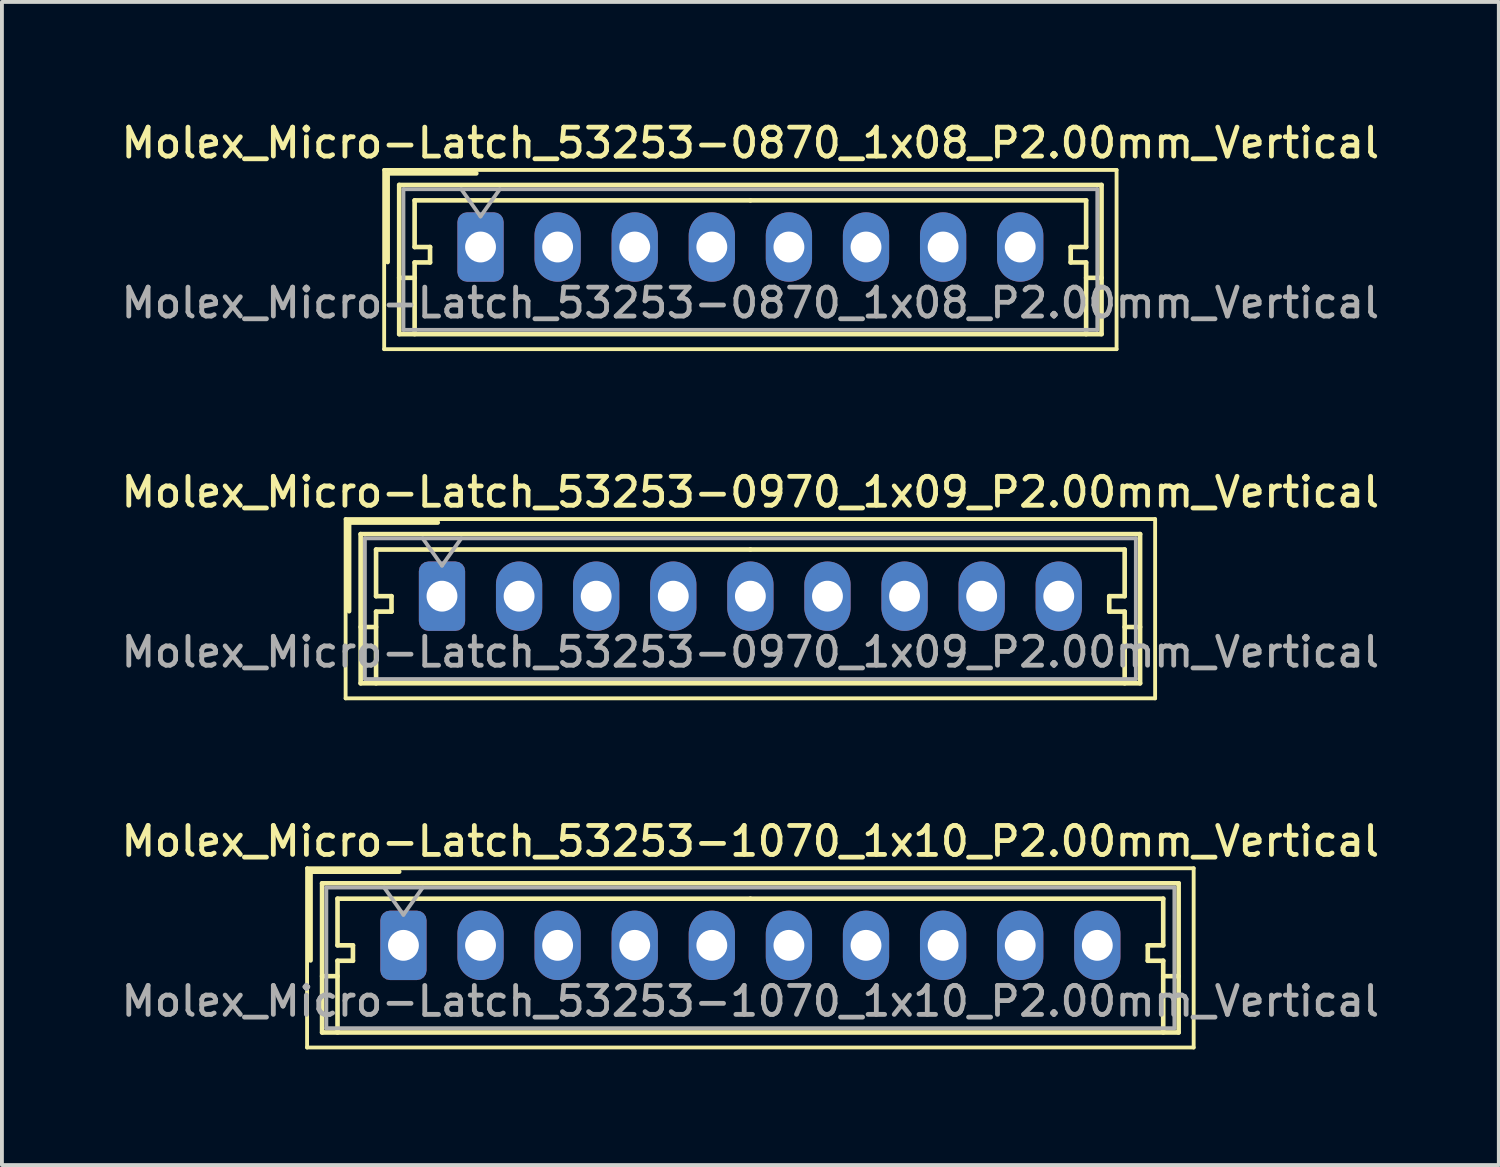
<source format=kicad_pcb>
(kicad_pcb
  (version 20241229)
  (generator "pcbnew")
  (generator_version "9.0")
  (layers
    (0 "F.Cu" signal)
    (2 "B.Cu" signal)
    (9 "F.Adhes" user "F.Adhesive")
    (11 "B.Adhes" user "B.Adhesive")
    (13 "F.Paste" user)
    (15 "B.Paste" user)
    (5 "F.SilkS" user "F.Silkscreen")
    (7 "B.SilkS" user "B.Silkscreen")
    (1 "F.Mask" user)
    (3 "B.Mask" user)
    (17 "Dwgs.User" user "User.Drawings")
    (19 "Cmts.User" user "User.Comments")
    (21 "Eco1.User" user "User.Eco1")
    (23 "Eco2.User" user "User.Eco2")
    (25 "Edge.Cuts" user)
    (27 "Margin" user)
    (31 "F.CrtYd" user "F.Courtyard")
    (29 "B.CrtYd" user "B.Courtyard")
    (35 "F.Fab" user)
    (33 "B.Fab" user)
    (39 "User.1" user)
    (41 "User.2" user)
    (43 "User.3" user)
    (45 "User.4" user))
  (footprint "Molex_Micro-Latch_53253-0870_1x08_P2.00mm_Vertical"
    (layer "F.Cu")
    (at 9.416 3.358)
    (property "Reference" "Molex_Micro-Latch_53253-0870_1x08_P2.00mm_Vertical" (at 7 -2.7 0) (layer "F.SilkS") (effects (font (size 0.75 0.75) (thickness 0.125))))
    (attr through_hole)
    (fp_line (start -2.5 -2) (end -2.5 2.65) (stroke (width 0.1) (type solid)) (layer "F.SilkS"))
    (fp_line (start -2.5 2.65) (end 16.5 2.65) (stroke (width 0.1) (type solid)) (layer "F.SilkS"))
    (fp_line (start -2.41 -1.91) (end -2.41 0.39) (stroke (width 0.12) (type solid)) (layer "F.SilkS"))
    (fp_line (start -2.11 -1.61) (end -2.11 2.26) (stroke (width 0.12) (type solid)) (layer "F.SilkS"))
    (fp_line (start -2.11 0.8) (end -1.71 0.8) (stroke (width 0.12) (type solid)) (layer "F.SilkS"))
    (fp_line (start -2.11 2.26) (end 16.11 2.26) (stroke (width 0.12) (type solid)) (layer "F.SilkS"))
    (fp_line (start -1.71 -1.21) (end -1.71 0) (stroke (width 0.12) (type solid)) (layer "F.SilkS"))
    (fp_line (start -1.71 0) (end -1.31 0) (stroke (width 0.12) (type solid)) (layer "F.SilkS"))
    (fp_line (start -1.71 0.4) (end -1.71 2.26) (stroke (width 0.12) (type solid)) (layer "F.SilkS"))
    (fp_line (start -1.31 0) (end -1.31 0.4) (stroke (width 0.12) (type solid)) (layer "F.SilkS"))
    (fp_line (start -1.31 0.4) (end -1.71 0.4) (stroke (width 0.12) (type solid)) (layer "F.SilkS"))
    (fp_line (start -0.11 -1.91) (end -2.41 -1.91) (stroke (width 0.12) (type solid)) (layer "F.SilkS"))
    (fp_line (start 7 -1.21) (end -1.71 -1.21) (stroke (width 0.12) (type solid)) (layer "F.SilkS"))
    (fp_line (start 7 -1.21) (end 15.71 -1.21) (stroke (width 0.12) (type solid)) (layer "F.SilkS"))
    (fp_line (start 15.31 0) (end 15.31 0.4) (stroke (width 0.12) (type solid)) (layer "F.SilkS"))
    (fp_line (start 15.31 0.4) (end 15.71 0.4) (stroke (width 0.12) (type solid)) (layer "F.SilkS"))
    (fp_line (start 15.71 -1.21) (end 15.71 0) (stroke (width 0.12) (type solid)) (layer "F.SilkS"))
    (fp_line (start 15.71 0) (end 15.31 0) (stroke (width 0.12) (type solid)) (layer "F.SilkS"))
    (fp_line (start 15.71 0.4) (end 15.71 2.26) (stroke (width 0.12) (type solid)) (layer "F.SilkS"))
    (fp_line (start 16.11 -1.61) (end -2.11 -1.61) (stroke (width 0.12) (type solid)) (layer "F.SilkS"))
    (fp_line (start 16.11 0.8) (end 15.71 0.8) (stroke (width 0.12) (type solid)) (layer "F.SilkS"))
    (fp_line (start 16.11 2.26) (end 16.11 -1.61) (stroke (width 0.12) (type solid)) (layer "F.SilkS"))
    (fp_line (start 16.5 -2) (end -2.5 -2) (stroke (width 0.1) (type solid)) (layer "F.SilkS"))
    (fp_line (start 16.5 2.65) (end 16.5 -2) (stroke (width 0.1) (type solid)) (layer "F.SilkS"))
    (fp_line (start -2 -1.5) (end -2 2.15) (stroke (width 0.1) (type solid)) (layer "F.Fab"))
    (fp_line (start -2 2.15) (end 16 2.15) (stroke (width 0.1) (type solid)) (layer "F.Fab"))
    (fp_line (start -0.5 -1.5) (end 0 -0.793) (stroke (width 0.1) (type solid)) (layer "F.Fab"))
    (fp_line (start 0 -0.793) (end 0.5 -1.5) (stroke (width 0.1) (type solid)) (layer "F.Fab"))
    (fp_line (start 16 -1.5) (end -2 -1.5) (stroke (width 0.1) (type solid)) (layer "F.Fab"))
    (fp_line (start 16 2.15) (end 16 -1.5) (stroke (width 0.1) (type solid)) (layer "F.Fab"))
    (fp_text user "${REFERENCE}" (at 7 1.45 0) (layer "F.Fab") (effects (font (size 0.75 0.75) (thickness 0.125))))
    (pad "1" thru_hole roundrect (at 0 0) (size 1.2 1.8) (drill 0.8) (layers "*.Cu" "*.Mask") (roundrect_rratio 0.208))
    (pad "2" thru_hole oval (at 2 0) (size 1.2 1.8) (drill 0.8) (layers "*.Cu" "*.Mask"))
    (pad "3" thru_hole oval (at 4 0) (size 1.2 1.8) (drill 0.8) (layers "*.Cu" "*.Mask"))
    (pad "4" thru_hole oval (at 6 0) (size 1.2 1.8) (drill 0.8) (layers "*.Cu" "*.Mask"))
    (pad "5" thru_hole oval (at 8 0) (size 1.2 1.8) (drill 0.8) (layers "*.Cu" "*.Mask"))
    (pad "6" thru_hole oval (at 10 0) (size 1.2 1.8) (drill 0.8) (layers "*.Cu" "*.Mask"))
    (pad "7" thru_hole oval (at 12 0) (size 1.2 1.8) (drill 0.8) (layers "*.Cu" "*.Mask"))
    (pad "8" thru_hole oval (at 14 0) (size 1.2 1.8) (drill 0.8) (layers "*.Cu" "*.Mask")))
  (footprint "Molex_Micro-Latch_53253-1070_1x10_P2.00mm_Vertical"
    (layer "F.Cu")
    (at 7.416 21.474)
    (property "Reference" "Molex_Micro-Latch_53253-1070_1x10_P2.00mm_Vertical" (at 9 -2.7 0) (layer "F.SilkS") (effects (font (size 0.75 0.75) (thickness 0.125))))
    (attr through_hole)
    (fp_line (start -2.5 -2) (end -2.5 2.65) (stroke (width 0.1) (type solid)) (layer "F.SilkS"))
    (fp_line (start -2.5 2.65) (end 20.5 2.65) (stroke (width 0.1) (type solid)) (layer "F.SilkS"))
    (fp_line (start -2.41 -1.91) (end -2.41 0.39) (stroke (width 0.12) (type solid)) (layer "F.SilkS"))
    (fp_line (start -2.11 -1.61) (end -2.11 2.26) (stroke (width 0.12) (type solid)) (layer "F.SilkS"))
    (fp_line (start -2.11 0.8) (end -1.71 0.8) (stroke (width 0.12) (type solid)) (layer "F.SilkS"))
    (fp_line (start -2.11 2.26) (end 20.11 2.26) (stroke (width 0.12) (type solid)) (layer "F.SilkS"))
    (fp_line (start -1.71 -1.21) (end -1.71 0) (stroke (width 0.12) (type solid)) (layer "F.SilkS"))
    (fp_line (start -1.71 0) (end -1.31 0) (stroke (width 0.12) (type solid)) (layer "F.SilkS"))
    (fp_line (start -1.71 0.4) (end -1.71 2.26) (stroke (width 0.12) (type solid)) (layer "F.SilkS"))
    (fp_line (start -1.31 0) (end -1.31 0.4) (stroke (width 0.12) (type solid)) (layer "F.SilkS"))
    (fp_line (start -1.31 0.4) (end -1.71 0.4) (stroke (width 0.12) (type solid)) (layer "F.SilkS"))
    (fp_line (start -0.11 -1.91) (end -2.41 -1.91) (stroke (width 0.12) (type solid)) (layer "F.SilkS"))
    (fp_line (start 9 -1.21) (end -1.71 -1.21) (stroke (width 0.12) (type solid)) (layer "F.SilkS"))
    (fp_line (start 9 -1.21) (end 19.71 -1.21) (stroke (width 0.12) (type solid)) (layer "F.SilkS"))
    (fp_line (start 19.31 0) (end 19.31 0.4) (stroke (width 0.12) (type solid)) (layer "F.SilkS"))
    (fp_line (start 19.31 0.4) (end 19.71 0.4) (stroke (width 0.12) (type solid)) (layer "F.SilkS"))
    (fp_line (start 19.71 -1.21) (end 19.71 0) (stroke (width 0.12) (type solid)) (layer "F.SilkS"))
    (fp_line (start 19.71 0) (end 19.31 0) (stroke (width 0.12) (type solid)) (layer "F.SilkS"))
    (fp_line (start 19.71 0.4) (end 19.71 2.26) (stroke (width 0.12) (type solid)) (layer "F.SilkS"))
    (fp_line (start 20.11 -1.61) (end -2.11 -1.61) (stroke (width 0.12) (type solid)) (layer "F.SilkS"))
    (fp_line (start 20.11 0.8) (end 19.71 0.8) (stroke (width 0.12) (type solid)) (layer "F.SilkS"))
    (fp_line (start 20.11 2.26) (end 20.11 -1.61) (stroke (width 0.12) (type solid)) (layer "F.SilkS"))
    (fp_line (start 20.5 -2) (end -2.5 -2) (stroke (width 0.1) (type solid)) (layer "F.SilkS"))
    (fp_line (start 20.5 2.65) (end 20.5 -2) (stroke (width 0.1) (type solid)) (layer "F.SilkS"))
    (fp_line (start -2 -1.5) (end -2 2.15) (stroke (width 0.1) (type solid)) (layer "F.Fab"))
    (fp_line (start -2 2.15) (end 20 2.15) (stroke (width 0.1) (type solid)) (layer "F.Fab"))
    (fp_line (start -0.5 -1.5) (end 0 -0.793) (stroke (width 0.1) (type solid)) (layer "F.Fab"))
    (fp_line (start 0 -0.793) (end 0.5 -1.5) (stroke (width 0.1) (type solid)) (layer "F.Fab"))
    (fp_line (start 20 -1.5) (end -2 -1.5) (stroke (width 0.1) (type solid)) (layer "F.Fab"))
    (fp_line (start 20 2.15) (end 20 -1.5) (stroke (width 0.1) (type solid)) (layer "F.Fab"))
    (fp_text user "${REFERENCE}" (at 9 1.45 0) (layer "F.Fab") (effects (font (size 0.75 0.75) (thickness 0.125))))
    (pad "1" thru_hole roundrect (at 0 0) (size 1.2 1.8) (drill 0.8) (layers "*.Cu" "*.Mask") (roundrect_rratio 0.208))
    (pad "2" thru_hole oval (at 2 0) (size 1.2 1.8) (drill 0.8) (layers "*.Cu" "*.Mask"))
    (pad "3" thru_hole oval (at 4 0) (size 1.2 1.8) (drill 0.8) (layers "*.Cu" "*.Mask"))
    (pad "4" thru_hole oval (at 6 0) (size 1.2 1.8) (drill 0.8) (layers "*.Cu" "*.Mask"))
    (pad "5" thru_hole oval (at 8 0) (size 1.2 1.8) (drill 0.8) (layers "*.Cu" "*.Mask"))
    (pad "6" thru_hole oval (at 10 0) (size 1.2 1.8) (drill 0.8) (layers "*.Cu" "*.Mask"))
    (pad "7" thru_hole oval (at 12 0) (size 1.2 1.8) (drill 0.8) (layers "*.Cu" "*.Mask"))
    (pad "8" thru_hole oval (at 14 0) (size 1.2 1.8) (drill 0.8) (layers "*.Cu" "*.Mask"))
    (pad "9" thru_hole oval (at 16 0) (size 1.2 1.8) (drill 0.8) (layers "*.Cu" "*.Mask"))
    (pad "10" thru_hole oval (at 18 0) (size 1.2 1.8) (drill 0.8) (layers "*.Cu" "*.Mask")))
  (footprint "Molex_Micro-Latch_53253-0970_1x09_P2.00mm_Vertical"
    (layer "F.Cu")
    (at 8.416 12.416)
    (property "Reference" "Molex_Micro-Latch_53253-0970_1x09_P2.00mm_Vertical" (at 8 -2.7 0) (layer "F.SilkS") (effects (font (size 0.75 0.75) (thickness 0.125))))
    (attr through_hole)
    (fp_line (start -2.5 -2) (end -2.5 2.65) (stroke (width 0.1) (type solid)) (layer "F.SilkS"))
    (fp_line (start -2.5 2.65) (end 18.5 2.65) (stroke (width 0.1) (type solid)) (layer "F.SilkS"))
    (fp_line (start -2.41 -1.91) (end -2.41 0.39) (stroke (width 0.12) (type solid)) (layer "F.SilkS"))
    (fp_line (start -2.11 -1.61) (end -2.11 2.26) (stroke (width 0.12) (type solid)) (layer "F.SilkS"))
    (fp_line (start -2.11 0.8) (end -1.71 0.8) (stroke (width 0.12) (type solid)) (layer "F.SilkS"))
    (fp_line (start -2.11 2.26) (end 18.11 2.26) (stroke (width 0.12) (type solid)) (layer "F.SilkS"))
    (fp_line (start -1.71 -1.21) (end -1.71 0) (stroke (width 0.12) (type solid)) (layer "F.SilkS"))
    (fp_line (start -1.71 0) (end -1.31 0) (stroke (width 0.12) (type solid)) (layer "F.SilkS"))
    (fp_line (start -1.71 0.4) (end -1.71 2.26) (stroke (width 0.12) (type solid)) (layer "F.SilkS"))
    (fp_line (start -1.31 0) (end -1.31 0.4) (stroke (width 0.12) (type solid)) (layer "F.SilkS"))
    (fp_line (start -1.31 0.4) (end -1.71 0.4) (stroke (width 0.12) (type solid)) (layer "F.SilkS"))
    (fp_line (start -0.11 -1.91) (end -2.41 -1.91) (stroke (width 0.12) (type solid)) (layer "F.SilkS"))
    (fp_line (start 8 -1.21) (end -1.71 -1.21) (stroke (width 0.12) (type solid)) (layer "F.SilkS"))
    (fp_line (start 8 -1.21) (end 17.71 -1.21) (stroke (width 0.12) (type solid)) (layer "F.SilkS"))
    (fp_line (start 17.31 0) (end 17.31 0.4) (stroke (width 0.12) (type solid)) (layer "F.SilkS"))
    (fp_line (start 17.31 0.4) (end 17.71 0.4) (stroke (width 0.12) (type solid)) (layer "F.SilkS"))
    (fp_line (start 17.71 -1.21) (end 17.71 0) (stroke (width 0.12) (type solid)) (layer "F.SilkS"))
    (fp_line (start 17.71 0) (end 17.31 0) (stroke (width 0.12) (type solid)) (layer "F.SilkS"))
    (fp_line (start 17.71 0.4) (end 17.71 2.26) (stroke (width 0.12) (type solid)) (layer "F.SilkS"))
    (fp_line (start 18.11 -1.61) (end -2.11 -1.61) (stroke (width 0.12) (type solid)) (layer "F.SilkS"))
    (fp_line (start 18.11 0.8) (end 17.71 0.8) (stroke (width 0.12) (type solid)) (layer "F.SilkS"))
    (fp_line (start 18.11 2.26) (end 18.11 -1.61) (stroke (width 0.12) (type solid)) (layer "F.SilkS"))
    (fp_line (start 18.5 -2) (end -2.5 -2) (stroke (width 0.1) (type solid)) (layer "F.SilkS"))
    (fp_line (start 18.5 2.65) (end 18.5 -2) (stroke (width 0.1) (type solid)) (layer "F.SilkS"))
    (fp_line (start -2 -1.5) (end -2 2.15) (stroke (width 0.1) (type solid)) (layer "F.Fab"))
    (fp_line (start -2 2.15) (end 18 2.15) (stroke (width 0.1) (type solid)) (layer "F.Fab"))
    (fp_line (start -0.5 -1.5) (end 0 -0.793) (stroke (width 0.1) (type solid)) (layer "F.Fab"))
    (fp_line (start 0 -0.793) (end 0.5 -1.5) (stroke (width 0.1) (type solid)) (layer "F.Fab"))
    (fp_line (start 18 -1.5) (end -2 -1.5) (stroke (width 0.1) (type solid)) (layer "F.Fab"))
    (fp_line (start 18 2.15) (end 18 -1.5) (stroke (width 0.1) (type solid)) (layer "F.Fab"))
    (fp_text user "${REFERENCE}" (at 8 1.45 0) (layer "F.Fab") (effects (font (size 0.75 0.75) (thickness 0.125))))
    (pad "1" thru_hole roundrect (at 0 0) (size 1.2 1.8) (drill 0.8) (layers "*.Cu" "*.Mask") (roundrect_rratio 0.208))
    (pad "2" thru_hole oval (at 2 0) (size 1.2 1.8) (drill 0.8) (layers "*.Cu" "*.Mask"))
    (pad "3" thru_hole oval (at 4 0) (size 1.2 1.8) (drill 0.8) (layers "*.Cu" "*.Mask"))
    (pad "4" thru_hole oval (at 6 0) (size 1.2 1.8) (drill 0.8) (layers "*.Cu" "*.Mask"))
    (pad "5" thru_hole oval (at 8 0) (size 1.2 1.8) (drill 0.8) (layers "*.Cu" "*.Mask"))
    (pad "6" thru_hole oval (at 10 0) (size 1.2 1.8) (drill 0.8) (layers "*.Cu" "*.Mask"))
    (pad "7" thru_hole oval (at 12 0) (size 1.2 1.8) (drill 0.8) (layers "*.Cu" "*.Mask"))
    (pad "8" thru_hole oval (at 14 0) (size 1.2 1.8) (drill 0.8) (layers "*.Cu" "*.Mask"))
    (pad "9" thru_hole oval (at 16 0) (size 1.2 1.8) (drill 0.8) (layers "*.Cu" "*.Mask")))
  (gr_rect
    (start -3 -3)
    (end 35.832 27.174)
    (stroke (width 0.1) (type default))
    (fill no)
    (layer "Edge.Cuts")))
</source>
